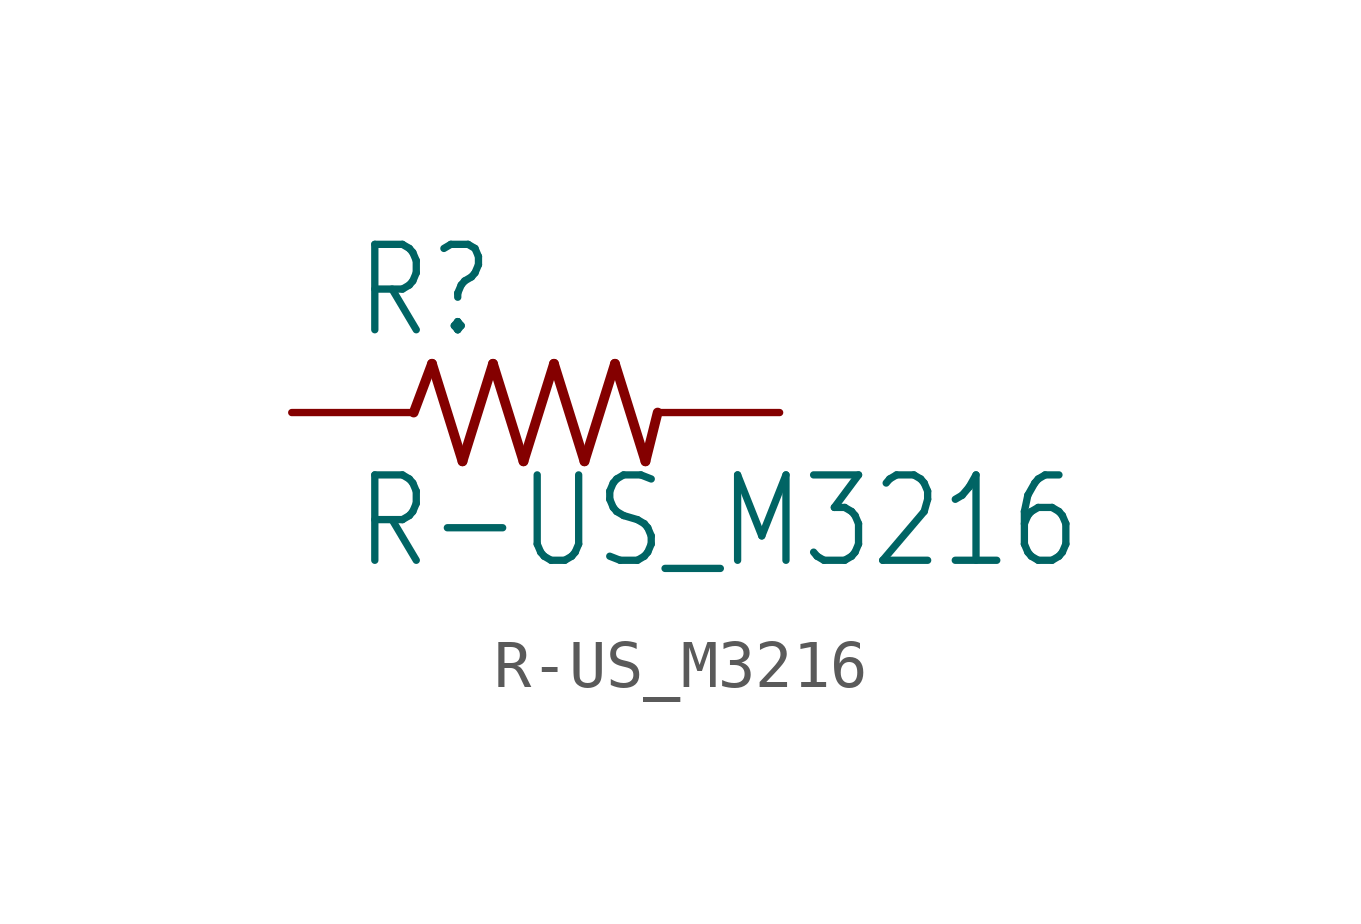
<source format=kicad_sym>
(kicad_symbol_lib
  (version 20211014)
  (generator kicad_symbol_editor)
  (symbol "R-US_M3216"
    (property "Reference" "R"
      (at -3.81 1.499 0)
      (effects (font (size 1.778 1.511)) (justify left bottom)))
    (property "Value" "R-US_M3216"
      (at -3.81 -3.302 0)
      (effects (font (size 1.778 1.511)) (justify left bottom)))
    (property "ki_locked" ""
      (at 0 0 0)
      (effects (font (size 1.27 1.27))))
    (symbol "R-US_M3216_1_0"
      (polyline (pts (xy -2.54 0) (xy -2.159 1.016)) (stroke (width 0.203) (type default) (color 0 0 0 0)) (fill (type none)))
      (polyline (pts (xy -2.159 1.016) (xy -1.524 -1.016)) (stroke (width 0.203) (type default) (color 0 0 0 0)) (fill (type none)))
      (polyline (pts (xy -1.524 -1.016) (xy -0.889 1.016)) (stroke (width 0.203) (type default) (color 0 0 0 0)) (fill (type none)))
      (polyline (pts (xy -0.889 1.016) (xy -0.254 -1.016)) (stroke (width 0.203) (type default) (color 0 0 0 0)) (fill (type none)))
      (polyline (pts (xy -0.254 -1.016) (xy 0.381 1.016)) (stroke (width 0.203) (type default) (color 0 0 0 0)) (fill (type none)))
      (polyline (pts (xy 0.381 1.016) (xy 1.016 -1.016)) (stroke (width 0.203) (type default) (color 0 0 0 0)) (fill (type none)))
      (polyline (pts (xy 1.016 -1.016) (xy 1.651 1.016)) (stroke (width 0.203) (type default) (color 0 0 0 0)) (fill (type none)))
      (polyline (pts (xy 1.651 1.016) (xy 2.286 -1.016)) (stroke (width 0.203) (type default) (color 0 0 0 0)) (fill (type none)))
      (polyline (pts (xy 2.286 -1.016) (xy 2.54 0)) (stroke (width 0.203) (type default) (color 0 0 0 0)) (fill (type none)))
      (pin passive line (at -5.08 0 0) (length 2.54) (name "1" (effects (font (size 0 0)))) (number "1" (effects (font (size 0 0)))))
      (pin passive line (at 5.08 0 180) (length 2.54) (name "2" (effects (font (size 0 0)))) (number "2" (effects (font (size 0 0))))))))
</source>
